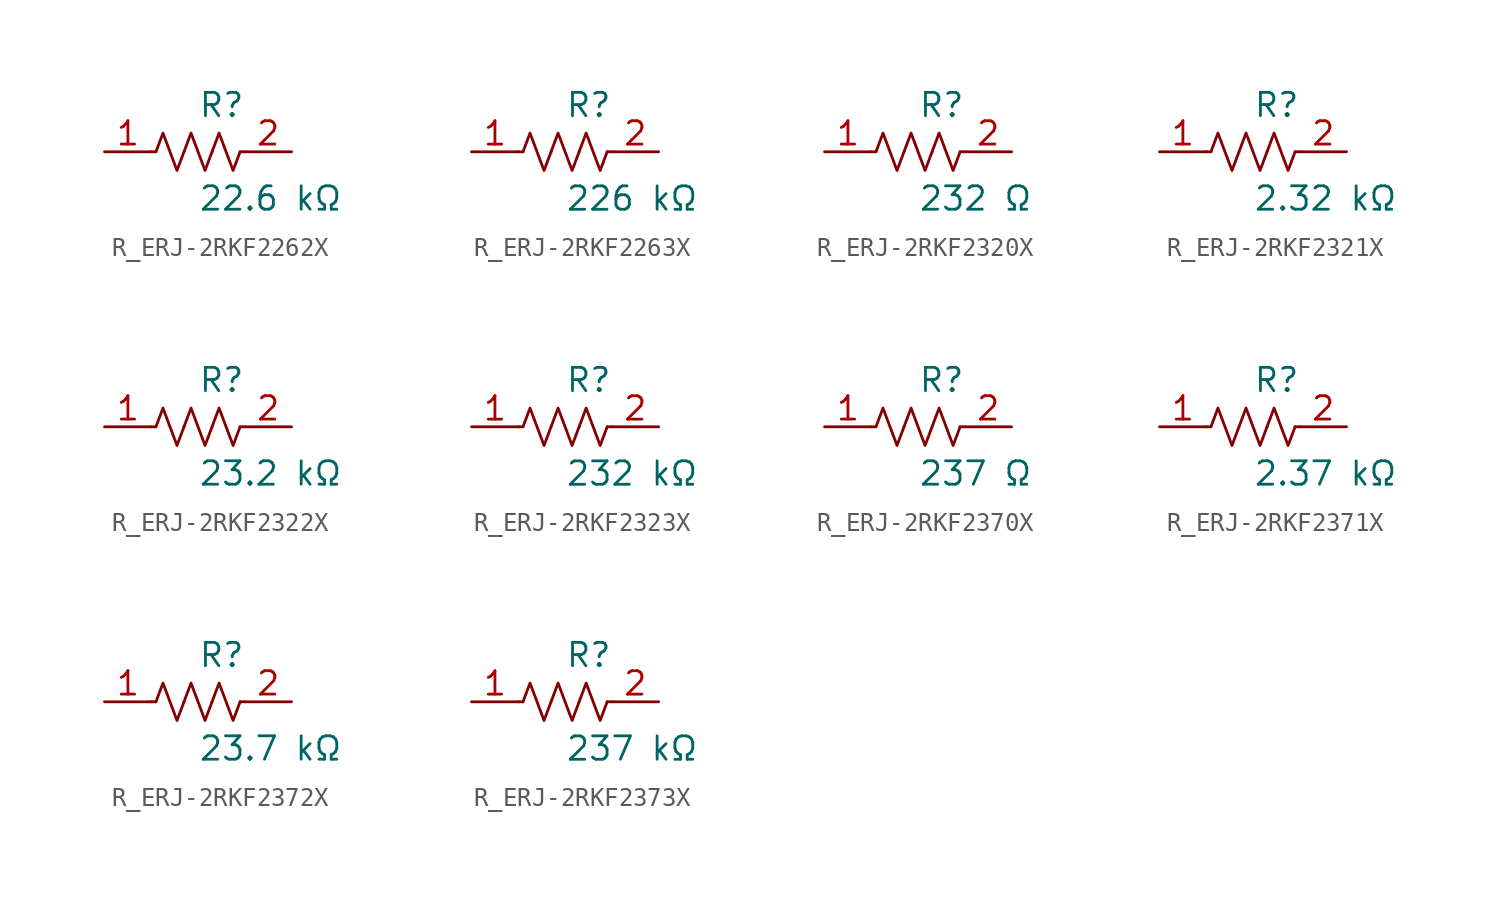
<source format=kicad_sym>
(kicad_symbol_lib
  (version 20231120)
  (generator kicad_symbol_editor)
  (generator_version 8.0)
  (symbol "R_ERJ-2RKF2262X"
    (pin_names
      (offset 0.254))
    (property "Reference" "R"
      (at 0 2.54 0)
      (effects (font (size 1.27 1.27)) (justify left)))
    (property "Value" "22.6 kΩ"
      (at 0 -2.54 0)
      (effects (font (size 1.27 1.27)) (justify left)))
    (symbol "R_ERJ-2RKF2262X_0_1"
      (polyline (pts (xy 2.286 0) (xy 2.54 0)) (stroke (width 0) (type default)) (fill (type none)))
      (polyline (pts (xy -2.286 0) (xy -2.54 0)) (stroke (width 0) (type default)) (fill (type none)))
      (polyline (pts (xy 0.762 0) (xy 1.143 1.016) (xy 1.524 0) (xy 1.905 -1.016) (xy 2.286 0)) (stroke (width 0) (type default)) (fill (type none)))
      (polyline (pts (xy -0.762 0) (xy -0.381 1.016) (xy 0 0) (xy 0.381 -1.016) (xy 0.762 0)) (stroke (width 0) (type default)) (fill (type none)))
      (polyline (pts (xy -2.286 0) (xy -1.905 1.016) (xy -1.524 0) (xy -1.143 -1.016) (xy -0.762 0)) (stroke (width 0) (type default)) (fill (type none))))
    (pin unspecified line
      (at -5.08 0 0)
      (length 2.54)
      (name "" (effects (font (size 1.27 1.27))))
      (number "1" (effects (font (size 1.27 1.27)))))
    (pin unspecified line
      (at 5.08 0 180)
      (length 2.54)
      (name "" (effects (font (size 1.27 1.27))))
      (number "2" (effects (font (size 1.27 1.27))))))
  (symbol "R_ERJ-2RKF2263X"
    (pin_names
      (offset 0.254))
    (property "Reference" "R"
      (at 0 2.54 0)
      (effects (font (size 1.27 1.27)) (justify left)))
    (property "Value" "226 kΩ"
      (at 0 -2.54 0)
      (effects (font (size 1.27 1.27)) (justify left)))
    (symbol "R_ERJ-2RKF2263X_0_1"
      (polyline (pts (xy 2.286 0) (xy 2.54 0)) (stroke (width 0) (type default)) (fill (type none)))
      (polyline (pts (xy -2.286 0) (xy -2.54 0)) (stroke (width 0) (type default)) (fill (type none)))
      (polyline (pts (xy 0.762 0) (xy 1.143 1.016) (xy 1.524 0) (xy 1.905 -1.016) (xy 2.286 0)) (stroke (width 0) (type default)) (fill (type none)))
      (polyline (pts (xy -0.762 0) (xy -0.381 1.016) (xy 0 0) (xy 0.381 -1.016) (xy 0.762 0)) (stroke (width 0) (type default)) (fill (type none)))
      (polyline (pts (xy -2.286 0) (xy -1.905 1.016) (xy -1.524 0) (xy -1.143 -1.016) (xy -0.762 0)) (stroke (width 0) (type default)) (fill (type none))))
    (pin unspecified line
      (at -5.08 0 0)
      (length 2.54)
      (name "" (effects (font (size 1.27 1.27))))
      (number "1" (effects (font (size 1.27 1.27)))))
    (pin unspecified line
      (at 5.08 0 180)
      (length 2.54)
      (name "" (effects (font (size 1.27 1.27))))
      (number "2" (effects (font (size 1.27 1.27))))))
  (symbol "R_ERJ-2RKF2320X"
    (pin_names
      (offset 0.254))
    (property "Reference" "R"
      (at 0 2.54 0)
      (effects (font (size 1.27 1.27)) (justify left)))
    (property "Value" "232 Ω"
      (at 0 -2.54 0)
      (effects (font (size 1.27 1.27)) (justify left)))
    (symbol "R_ERJ-2RKF2320X_0_1"
      (polyline (pts (xy 2.286 0) (xy 2.54 0)) (stroke (width 0) (type default)) (fill (type none)))
      (polyline (pts (xy -2.286 0) (xy -2.54 0)) (stroke (width 0) (type default)) (fill (type none)))
      (polyline (pts (xy 0.762 0) (xy 1.143 1.016) (xy 1.524 0) (xy 1.905 -1.016) (xy 2.286 0)) (stroke (width 0) (type default)) (fill (type none)))
      (polyline (pts (xy -0.762 0) (xy -0.381 1.016) (xy 0 0) (xy 0.381 -1.016) (xy 0.762 0)) (stroke (width 0) (type default)) (fill (type none)))
      (polyline (pts (xy -2.286 0) (xy -1.905 1.016) (xy -1.524 0) (xy -1.143 -1.016) (xy -0.762 0)) (stroke (width 0) (type default)) (fill (type none))))
    (pin unspecified line
      (at -5.08 0 0)
      (length 2.54)
      (name "" (effects (font (size 1.27 1.27))))
      (number "1" (effects (font (size 1.27 1.27)))))
    (pin unspecified line
      (at 5.08 0 180)
      (length 2.54)
      (name "" (effects (font (size 1.27 1.27))))
      (number "2" (effects (font (size 1.27 1.27))))))
  (symbol "R_ERJ-2RKF2321X"
    (pin_names
      (offset 0.254))
    (property "Reference" "R"
      (at 0 2.54 0)
      (effects (font (size 1.27 1.27)) (justify left)))
    (property "Value" "2.32 kΩ"
      (at 0 -2.54 0)
      (effects (font (size 1.27 1.27)) (justify left)))
    (symbol "R_ERJ-2RKF2321X_0_1"
      (polyline (pts (xy 2.286 0) (xy 2.54 0)) (stroke (width 0) (type default)) (fill (type none)))
      (polyline (pts (xy -2.286 0) (xy -2.54 0)) (stroke (width 0) (type default)) (fill (type none)))
      (polyline (pts (xy 0.762 0) (xy 1.143 1.016) (xy 1.524 0) (xy 1.905 -1.016) (xy 2.286 0)) (stroke (width 0) (type default)) (fill (type none)))
      (polyline (pts (xy -0.762 0) (xy -0.381 1.016) (xy 0 0) (xy 0.381 -1.016) (xy 0.762 0)) (stroke (width 0) (type default)) (fill (type none)))
      (polyline (pts (xy -2.286 0) (xy -1.905 1.016) (xy -1.524 0) (xy -1.143 -1.016) (xy -0.762 0)) (stroke (width 0) (type default)) (fill (type none))))
    (pin unspecified line
      (at -5.08 0 0)
      (length 2.54)
      (name "" (effects (font (size 1.27 1.27))))
      (number "1" (effects (font (size 1.27 1.27)))))
    (pin unspecified line
      (at 5.08 0 180)
      (length 2.54)
      (name "" (effects (font (size 1.27 1.27))))
      (number "2" (effects (font (size 1.27 1.27))))))
  (symbol "R_ERJ-2RKF2322X"
    (pin_names
      (offset 0.254))
    (property "Reference" "R"
      (at 0 2.54 0)
      (effects (font (size 1.27 1.27)) (justify left)))
    (property "Value" "23.2 kΩ"
      (at 0 -2.54 0)
      (effects (font (size 1.27 1.27)) (justify left)))
    (symbol "R_ERJ-2RKF2322X_0_1"
      (polyline (pts (xy 2.286 0) (xy 2.54 0)) (stroke (width 0) (type default)) (fill (type none)))
      (polyline (pts (xy -2.286 0) (xy -2.54 0)) (stroke (width 0) (type default)) (fill (type none)))
      (polyline (pts (xy 0.762 0) (xy 1.143 1.016) (xy 1.524 0) (xy 1.905 -1.016) (xy 2.286 0)) (stroke (width 0) (type default)) (fill (type none)))
      (polyline (pts (xy -0.762 0) (xy -0.381 1.016) (xy 0 0) (xy 0.381 -1.016) (xy 0.762 0)) (stroke (width 0) (type default)) (fill (type none)))
      (polyline (pts (xy -2.286 0) (xy -1.905 1.016) (xy -1.524 0) (xy -1.143 -1.016) (xy -0.762 0)) (stroke (width 0) (type default)) (fill (type none))))
    (pin unspecified line
      (at -5.08 0 0)
      (length 2.54)
      (name "" (effects (font (size 1.27 1.27))))
      (number "1" (effects (font (size 1.27 1.27)))))
    (pin unspecified line
      (at 5.08 0 180)
      (length 2.54)
      (name "" (effects (font (size 1.27 1.27))))
      (number "2" (effects (font (size 1.27 1.27))))))
  (symbol "R_ERJ-2RKF2323X"
    (pin_names
      (offset 0.254))
    (property "Reference" "R"
      (at 0 2.54 0)
      (effects (font (size 1.27 1.27)) (justify left)))
    (property "Value" "232 kΩ"
      (at 0 -2.54 0)
      (effects (font (size 1.27 1.27)) (justify left)))
    (symbol "R_ERJ-2RKF2323X_0_1"
      (polyline (pts (xy 2.286 0) (xy 2.54 0)) (stroke (width 0) (type default)) (fill (type none)))
      (polyline (pts (xy -2.286 0) (xy -2.54 0)) (stroke (width 0) (type default)) (fill (type none)))
      (polyline (pts (xy 0.762 0) (xy 1.143 1.016) (xy 1.524 0) (xy 1.905 -1.016) (xy 2.286 0)) (stroke (width 0) (type default)) (fill (type none)))
      (polyline (pts (xy -0.762 0) (xy -0.381 1.016) (xy 0 0) (xy 0.381 -1.016) (xy 0.762 0)) (stroke (width 0) (type default)) (fill (type none)))
      (polyline (pts (xy -2.286 0) (xy -1.905 1.016) (xy -1.524 0) (xy -1.143 -1.016) (xy -0.762 0)) (stroke (width 0) (type default)) (fill (type none))))
    (pin unspecified line
      (at -5.08 0 0)
      (length 2.54)
      (name "" (effects (font (size 1.27 1.27))))
      (number "1" (effects (font (size 1.27 1.27)))))
    (pin unspecified line
      (at 5.08 0 180)
      (length 2.54)
      (name "" (effects (font (size 1.27 1.27))))
      (number "2" (effects (font (size 1.27 1.27))))))
  (symbol "R_ERJ-2RKF2370X"
    (pin_names
      (offset 0.254))
    (property "Reference" "R"
      (at 0 2.54 0)
      (effects (font (size 1.27 1.27)) (justify left)))
    (property "Value" "237 Ω"
      (at 0 -2.54 0)
      (effects (font (size 1.27 1.27)) (justify left)))
    (symbol "R_ERJ-2RKF2370X_0_1"
      (polyline (pts (xy 2.286 0) (xy 2.54 0)) (stroke (width 0) (type default)) (fill (type none)))
      (polyline (pts (xy -2.286 0) (xy -2.54 0)) (stroke (width 0) (type default)) (fill (type none)))
      (polyline (pts (xy 0.762 0) (xy 1.143 1.016) (xy 1.524 0) (xy 1.905 -1.016) (xy 2.286 0)) (stroke (width 0) (type default)) (fill (type none)))
      (polyline (pts (xy -0.762 0) (xy -0.381 1.016) (xy 0 0) (xy 0.381 -1.016) (xy 0.762 0)) (stroke (width 0) (type default)) (fill (type none)))
      (polyline (pts (xy -2.286 0) (xy -1.905 1.016) (xy -1.524 0) (xy -1.143 -1.016) (xy -0.762 0)) (stroke (width 0) (type default)) (fill (type none))))
    (pin unspecified line
      (at -5.08 0 0)
      (length 2.54)
      (name "" (effects (font (size 1.27 1.27))))
      (number "1" (effects (font (size 1.27 1.27)))))
    (pin unspecified line
      (at 5.08 0 180)
      (length 2.54)
      (name "" (effects (font (size 1.27 1.27))))
      (number "2" (effects (font (size 1.27 1.27))))))
  (symbol "R_ERJ-2RKF2371X"
    (pin_names
      (offset 0.254))
    (property "Reference" "R"
      (at 0 2.54 0)
      (effects (font (size 1.27 1.27)) (justify left)))
    (property "Value" "2.37 kΩ"
      (at 0 -2.54 0)
      (effects (font (size 1.27 1.27)) (justify left)))
    (symbol "R_ERJ-2RKF2371X_0_1"
      (polyline (pts (xy 2.286 0) (xy 2.54 0)) (stroke (width 0) (type default)) (fill (type none)))
      (polyline (pts (xy -2.286 0) (xy -2.54 0)) (stroke (width 0) (type default)) (fill (type none)))
      (polyline (pts (xy 0.762 0) (xy 1.143 1.016) (xy 1.524 0) (xy 1.905 -1.016) (xy 2.286 0)) (stroke (width 0) (type default)) (fill (type none)))
      (polyline (pts (xy -0.762 0) (xy -0.381 1.016) (xy 0 0) (xy 0.381 -1.016) (xy 0.762 0)) (stroke (width 0) (type default)) (fill (type none)))
      (polyline (pts (xy -2.286 0) (xy -1.905 1.016) (xy -1.524 0) (xy -1.143 -1.016) (xy -0.762 0)) (stroke (width 0) (type default)) (fill (type none))))
    (pin unspecified line
      (at -5.08 0 0)
      (length 2.54)
      (name "" (effects (font (size 1.27 1.27))))
      (number "1" (effects (font (size 1.27 1.27)))))
    (pin unspecified line
      (at 5.08 0 180)
      (length 2.54)
      (name "" (effects (font (size 1.27 1.27))))
      (number "2" (effects (font (size 1.27 1.27))))))
  (symbol "R_ERJ-2RKF2372X"
    (pin_names
      (offset 0.254))
    (property "Reference" "R"
      (at 0 2.54 0)
      (effects (font (size 1.27 1.27)) (justify left)))
    (property "Value" "23.7 kΩ"
      (at 0 -2.54 0)
      (effects (font (size 1.27 1.27)) (justify left)))
    (symbol "R_ERJ-2RKF2372X_0_1"
      (polyline (pts (xy 2.286 0) (xy 2.54 0)) (stroke (width 0) (type default)) (fill (type none)))
      (polyline (pts (xy -2.286 0) (xy -2.54 0)) (stroke (width 0) (type default)) (fill (type none)))
      (polyline (pts (xy 0.762 0) (xy 1.143 1.016) (xy 1.524 0) (xy 1.905 -1.016) (xy 2.286 0)) (stroke (width 0) (type default)) (fill (type none)))
      (polyline (pts (xy -0.762 0) (xy -0.381 1.016) (xy 0 0) (xy 0.381 -1.016) (xy 0.762 0)) (stroke (width 0) (type default)) (fill (type none)))
      (polyline (pts (xy -2.286 0) (xy -1.905 1.016) (xy -1.524 0) (xy -1.143 -1.016) (xy -0.762 0)) (stroke (width 0) (type default)) (fill (type none))))
    (pin unspecified line
      (at -5.08 0 0)
      (length 2.54)
      (name "" (effects (font (size 1.27 1.27))))
      (number "1" (effects (font (size 1.27 1.27)))))
    (pin unspecified line
      (at 5.08 0 180)
      (length 2.54)
      (name "" (effects (font (size 1.27 1.27))))
      (number "2" (effects (font (size 1.27 1.27))))))
  (symbol "R_ERJ-2RKF2373X"
    (pin_names
      (offset 0.254))
    (property "Reference" "R"
      (at 0 2.54 0)
      (effects (font (size 1.27 1.27)) (justify left)))
    (property "Value" "237 kΩ"
      (at 0 -2.54 0)
      (effects (font (size 1.27 1.27)) (justify left)))
    (symbol "R_ERJ-2RKF2373X_0_1"
      (polyline (pts (xy 2.286 0) (xy 2.54 0)) (stroke (width 0) (type default)) (fill (type none)))
      (polyline (pts (xy -2.286 0) (xy -2.54 0)) (stroke (width 0) (type default)) (fill (type none)))
      (polyline (pts (xy 0.762 0) (xy 1.143 1.016) (xy 1.524 0) (xy 1.905 -1.016) (xy 2.286 0)) (stroke (width 0) (type default)) (fill (type none)))
      (polyline (pts (xy -0.762 0) (xy -0.381 1.016) (xy 0 0) (xy 0.381 -1.016) (xy 0.762 0)) (stroke (width 0) (type default)) (fill (type none)))
      (polyline (pts (xy -2.286 0) (xy -1.905 1.016) (xy -1.524 0) (xy -1.143 -1.016) (xy -0.762 0)) (stroke (width 0) (type default)) (fill (type none))))
    (pin unspecified line
      (at -5.08 0 0)
      (length 2.54)
      (name "" (effects (font (size 1.27 1.27))))
      (number "1" (effects (font (size 1.27 1.27)))))
    (pin unspecified line
      (at 5.08 0 180)
      (length 2.54)
      (name "" (effects (font (size 1.27 1.27))))
      (number "2" (effects (font (size 1.27 1.27)))))))
</source>
